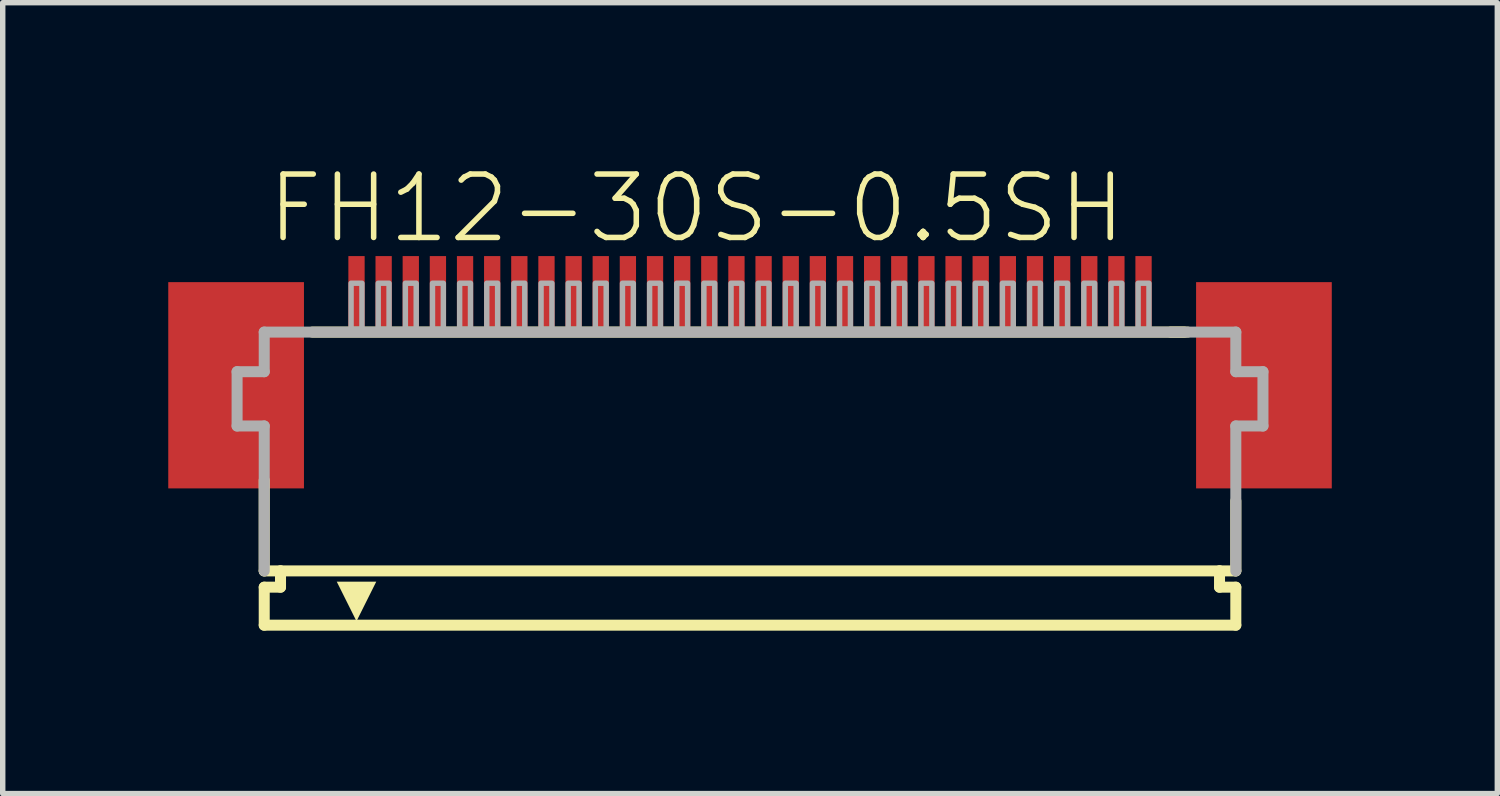
<source format=kicad_pcb>
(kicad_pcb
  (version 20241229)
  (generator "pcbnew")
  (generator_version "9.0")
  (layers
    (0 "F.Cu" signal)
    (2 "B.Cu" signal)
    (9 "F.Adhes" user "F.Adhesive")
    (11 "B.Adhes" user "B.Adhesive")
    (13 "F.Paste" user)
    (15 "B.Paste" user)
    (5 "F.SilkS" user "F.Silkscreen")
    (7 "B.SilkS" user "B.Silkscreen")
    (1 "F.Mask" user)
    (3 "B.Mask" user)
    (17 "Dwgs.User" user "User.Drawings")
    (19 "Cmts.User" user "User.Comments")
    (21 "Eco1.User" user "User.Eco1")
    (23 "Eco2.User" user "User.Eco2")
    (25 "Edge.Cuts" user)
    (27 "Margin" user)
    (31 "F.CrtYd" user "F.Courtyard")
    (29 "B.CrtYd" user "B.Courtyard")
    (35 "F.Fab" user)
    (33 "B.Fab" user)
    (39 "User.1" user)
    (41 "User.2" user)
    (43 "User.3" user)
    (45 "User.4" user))
  (footprint "FH12-30S-0.5SH"
    (layer "F.Cu")
    (at 10.768 5.568)
    (property "Reference" "FH12-30S-0.5SH" (at -8.948 -4.095 0) (layer "F.SilkS") (effects (font (size 1.168 1.168) (thickness 0.102)) (justify left bottom)))
    (fp_poly (pts (xy -10.718 0.38) (xy -8.218 0.38) (xy -8.218 -3.42) (xy -10.718 -3.42)) (stroke (width 0) (type solid)) (fill yes) (layer "F.Cu"))
    (fp_poly (pts (xy 8.218 0.38) (xy 10.718 0.38) (xy 10.718 -3.42) (xy 8.218 -3.42)) (stroke (width 0) (type solid)) (fill yes) (layer "F.Cu"))
    (fp_poly (pts (xy -10.768 0.43) (xy -8.168 0.43) (xy -8.168 -3.47) (xy -10.768 -3.47)) (stroke (width 0) (type solid)) (fill yes) (layer "F.Mask"))
    (fp_poly (pts (xy -7.45 -2.55) (xy -7.05 -2.55) (xy -7.05 -3.95) (xy -7.45 -3.95)) (stroke (width 0) (type solid)) (fill yes) (layer "F.Mask"))
    (fp_poly (pts (xy -6.95 -2.55) (xy -6.55 -2.55) (xy -6.55 -3.95) (xy -6.95 -3.95)) (stroke (width 0) (type solid)) (fill yes) (layer "F.Mask"))
    (fp_poly (pts (xy -6.45 -2.55) (xy -6.05 -2.55) (xy -6.05 -3.95) (xy -6.45 -3.95)) (stroke (width 0) (type solid)) (fill yes) (layer "F.Mask"))
    (fp_poly (pts (xy -5.95 -2.55) (xy -5.55 -2.55) (xy -5.55 -3.95) (xy -5.95 -3.95)) (stroke (width 0) (type solid)) (fill yes) (layer "F.Mask"))
    (fp_poly (pts (xy -5.45 -2.55) (xy -5.05 -2.55) (xy -5.05 -3.95) (xy -5.45 -3.95)) (stroke (width 0) (type solid)) (fill yes) (layer "F.Mask"))
    (fp_poly (pts (xy -4.95 -2.55) (xy -4.55 -2.55) (xy -4.55 -3.95) (xy -4.95 -3.95)) (stroke (width 0) (type solid)) (fill yes) (layer "F.Mask"))
    (fp_poly (pts (xy -4.45 -2.55) (xy -4.05 -2.55) (xy -4.05 -3.95) (xy -4.45 -3.95)) (stroke (width 0) (type solid)) (fill yes) (layer "F.Mask"))
    (fp_poly (pts (xy -3.95 -2.55) (xy -3.55 -2.55) (xy -3.55 -3.95) (xy -3.95 -3.95)) (stroke (width 0) (type solid)) (fill yes) (layer "F.Mask"))
    (fp_poly (pts (xy -3.45 -2.55) (xy -3.05 -2.55) (xy -3.05 -3.95) (xy -3.45 -3.95)) (stroke (width 0) (type solid)) (fill yes) (layer "F.Mask"))
    (fp_poly (pts (xy -2.95 -2.55) (xy -2.55 -2.55) (xy -2.55 -3.95) (xy -2.95 -3.95)) (stroke (width 0) (type solid)) (fill yes) (layer "F.Mask"))
    (fp_poly (pts (xy -2.45 -2.55) (xy -2.05 -2.55) (xy -2.05 -3.95) (xy -2.45 -3.95)) (stroke (width 0) (type solid)) (fill yes) (layer "F.Mask"))
    (fp_poly (pts (xy -1.95 -2.55) (xy -1.55 -2.55) (xy -1.55 -3.95) (xy -1.95 -3.95)) (stroke (width 0) (type solid)) (fill yes) (layer "F.Mask"))
    (fp_poly (pts (xy -1.45 -2.55) (xy -1.05 -2.55) (xy -1.05 -3.95) (xy -1.45 -3.95)) (stroke (width 0) (type solid)) (fill yes) (layer "F.Mask"))
    (fp_poly (pts (xy -0.95 -2.55) (xy -0.55 -2.55) (xy -0.55 -3.95) (xy -0.95 -3.95)) (stroke (width 0) (type solid)) (fill yes) (layer "F.Mask"))
    (fp_poly (pts (xy -0.45 -2.55) (xy -0.05 -2.55) (xy -0.05 -3.95) (xy -0.45 -3.95)) (stroke (width 0) (type solid)) (fill yes) (layer "F.Mask"))
    (fp_poly (pts (xy 0.05 -2.55) (xy 0.45 -2.55) (xy 0.45 -3.95) (xy 0.05 -3.95)) (stroke (width 0) (type solid)) (fill yes) (layer "F.Mask"))
    (fp_poly (pts (xy 0.55 -2.55) (xy 0.95 -2.55) (xy 0.95 -3.95) (xy 0.55 -3.95)) (stroke (width 0) (type solid)) (fill yes) (layer "F.Mask"))
    (fp_poly (pts (xy 1.05 -2.55) (xy 1.45 -2.55) (xy 1.45 -3.95) (xy 1.05 -3.95)) (stroke (width 0) (type solid)) (fill yes) (layer "F.Mask"))
    (fp_poly (pts (xy 1.55 -2.55) (xy 1.95 -2.55) (xy 1.95 -3.95) (xy 1.55 -3.95)) (stroke (width 0) (type solid)) (fill yes) (layer "F.Mask"))
    (fp_poly (pts (xy 2.05 -2.55) (xy 2.45 -2.55) (xy 2.45 -3.95) (xy 2.05 -3.95)) (stroke (width 0) (type solid)) (fill yes) (layer "F.Mask"))
    (fp_poly (pts (xy 2.55 -2.55) (xy 2.95 -2.55) (xy 2.95 -3.95) (xy 2.55 -3.95)) (stroke (width 0) (type solid)) (fill yes) (layer "F.Mask"))
    (fp_poly (pts (xy 3.05 -2.55) (xy 3.45 -2.55) (xy 3.45 -3.95) (xy 3.05 -3.95)) (stroke (width 0) (type solid)) (fill yes) (layer "F.Mask"))
    (fp_poly (pts (xy 3.55 -2.55) (xy 3.95 -2.55) (xy 3.95 -3.95) (xy 3.55 -3.95)) (stroke (width 0) (type solid)) (fill yes) (layer "F.Mask"))
    (fp_poly (pts (xy 4.05 -2.55) (xy 4.45 -2.55) (xy 4.45 -3.95) (xy 4.05 -3.95)) (stroke (width 0) (type solid)) (fill yes) (layer "F.Mask"))
    (fp_poly (pts (xy 4.55 -2.55) (xy 4.95 -2.55) (xy 4.95 -3.95) (xy 4.55 -3.95)) (stroke (width 0) (type solid)) (fill yes) (layer "F.Mask"))
    (fp_poly (pts (xy 5.05 -2.55) (xy 5.45 -2.55) (xy 5.45 -3.95) (xy 5.05 -3.95)) (stroke (width 0) (type solid)) (fill yes) (layer "F.Mask"))
    (fp_poly (pts (xy 5.55 -2.55) (xy 5.95 -2.55) (xy 5.95 -3.95) (xy 5.55 -3.95)) (stroke (width 0) (type solid)) (fill yes) (layer "F.Mask"))
    (fp_poly (pts (xy 6.05 -2.55) (xy 6.45 -2.55) (xy 6.45 -3.95) (xy 6.05 -3.95)) (stroke (width 0) (type solid)) (fill yes) (layer "F.Mask"))
    (fp_poly (pts (xy 6.55 -2.55) (xy 6.95 -2.55) (xy 6.95 -3.95) (xy 6.55 -3.95)) (stroke (width 0) (type solid)) (fill yes) (layer "F.Mask"))
    (fp_poly (pts (xy 7.05 -2.55) (xy 7.45 -2.55) (xy 7.45 -3.95) (xy 7.05 -3.95)) (stroke (width 0) (type solid)) (fill yes) (layer "F.Mask"))
    (fp_poly (pts (xy 8.168 0.43) (xy 10.768 0.43) (xy 10.768 -3.47) (xy 8.168 -3.47)) (stroke (width 0) (type solid)) (fill yes) (layer "F.Mask"))
    (fp_line (start -8.95 0.23) (end -8.95 1.9) (stroke (width 0.203) (type solid)) (layer "F.SilkS"))
    (fp_line (start -8.95 1.9) (end -8.65 1.9) (stroke (width 0.203) (type solid)) (layer "F.SilkS"))
    (fp_line (start -8.95 2.2) (end -8.95 2.9) (stroke (width 0.203) (type solid)) (layer "F.SilkS"))
    (fp_line (start -8.65 1.9) (end -8.65 2.2) (stroke (width 0.203) (type solid)) (layer "F.SilkS"))
    (fp_line (start -8.65 2.2) (end -8.95 2.2) (stroke (width 0.203) (type solid)) (layer "F.SilkS"))
    (fp_line (start 7.998 -2.5) (end -8.061 -2.5) (stroke (width 0.203) (type solid)) (layer "F.SilkS"))
    (fp_line (start 8.061 -2.5) (end 7.75 -2.5) (stroke (width 0.203) (type solid)) (layer "F.SilkS"))
    (fp_line (start 8.65 1.9) (end -8.65 1.9) (stroke (width 0.203) (type solid)) (layer "F.SilkS"))
    (fp_line (start 8.65 1.9) (end 8.95 1.9) (stroke (width 0.203) (type solid)) (layer "F.SilkS"))
    (fp_line (start 8.65 2.2) (end 8.65 1.9) (stroke (width 0.203) (type solid)) (layer "F.SilkS"))
    (fp_line (start 8.95 1.9) (end 8.95 0.611) (stroke (width 0.203) (type solid)) (layer "F.SilkS"))
    (fp_line (start 8.95 2.2) (end 8.65 2.2) (stroke (width 0.203) (type solid)) (layer "F.SilkS"))
    (fp_line (start 8.95 2.9) (end -8.95 2.9) (stroke (width 0.203) (type solid)) (layer "F.SilkS"))
    (fp_line (start 8.95 2.9) (end 8.95 2.2) (stroke (width 0.203) (type solid)) (layer "F.SilkS"))
    (fp_poly (pts (xy -7.25 2.827) (xy -7.614 2.098) (xy -6.886 2.098)) (stroke (width 0) (type solid)) (fill yes) (layer "F.SilkS"))
    (fp_poly (pts (xy -10.643 0.305) (xy -8.293 0.305) (xy -8.293 -3.345) (xy -10.643 -3.345)) (stroke (width 0) (type solid)) (fill yes) (layer "F.Paste"))
    (fp_poly (pts (xy -7.375 -2.625) (xy -7.125 -2.625) (xy -7.125 -3.875) (xy -7.375 -3.875)) (stroke (width 0) (type solid)) (fill yes) (layer "F.Paste"))
    (fp_poly (pts (xy -6.875 -2.625) (xy -6.625 -2.625) (xy -6.625 -3.875) (xy -6.875 -3.875)) (stroke (width 0) (type solid)) (fill yes) (layer "F.Paste"))
    (fp_poly (pts (xy -6.375 -2.625) (xy -6.125 -2.625) (xy -6.125 -3.875) (xy -6.375 -3.875)) (stroke (width 0) (type solid)) (fill yes) (layer "F.Paste"))
    (fp_poly (pts (xy -5.875 -2.625) (xy -5.625 -2.625) (xy -5.625 -3.875) (xy -5.875 -3.875)) (stroke (width 0) (type solid)) (fill yes) (layer "F.Paste"))
    (fp_poly (pts (xy -5.375 -2.625) (xy -5.125 -2.625) (xy -5.125 -3.875) (xy -5.375 -3.875)) (stroke (width 0) (type solid)) (fill yes) (layer "F.Paste"))
    (fp_poly (pts (xy -4.875 -2.625) (xy -4.625 -2.625) (xy -4.625 -3.875) (xy -4.875 -3.875)) (stroke (width 0) (type solid)) (fill yes) (layer "F.Paste"))
    (fp_poly (pts (xy -4.375 -2.625) (xy -4.125 -2.625) (xy -4.125 -3.875) (xy -4.375 -3.875)) (stroke (width 0) (type solid)) (fill yes) (layer "F.Paste"))
    (fp_poly (pts (xy -3.875 -2.625) (xy -3.625 -2.625) (xy -3.625 -3.875) (xy -3.875 -3.875)) (stroke (width 0) (type solid)) (fill yes) (layer "F.Paste"))
    (fp_poly (pts (xy -3.375 -2.625) (xy -3.125 -2.625) (xy -3.125 -3.875) (xy -3.375 -3.875)) (stroke (width 0) (type solid)) (fill yes) (layer "F.Paste"))
    (fp_poly (pts (xy -2.875 -2.625) (xy -2.625 -2.625) (xy -2.625 -3.875) (xy -2.875 -3.875)) (stroke (width 0) (type solid)) (fill yes) (layer "F.Paste"))
    (fp_poly (pts (xy -2.375 -2.625) (xy -2.125 -2.625) (xy -2.125 -3.875) (xy -2.375 -3.875)) (stroke (width 0) (type solid)) (fill yes) (layer "F.Paste"))
    (fp_poly (pts (xy -1.875 -2.625) (xy -1.625 -2.625) (xy -1.625 -3.875) (xy -1.875 -3.875)) (stroke (width 0) (type solid)) (fill yes) (layer "F.Paste"))
    (fp_poly (pts (xy -1.375 -2.625) (xy -1.125 -2.625) (xy -1.125 -3.875) (xy -1.375 -3.875)) (stroke (width 0) (type solid)) (fill yes) (layer "F.Paste"))
    (fp_poly (pts (xy -0.875 -2.625) (xy -0.625 -2.625) (xy -0.625 -3.875) (xy -0.875 -3.875)) (stroke (width 0) (type solid)) (fill yes) (layer "F.Paste"))
    (fp_poly (pts (xy -0.375 -2.625) (xy -0.125 -2.625) (xy -0.125 -3.875) (xy -0.375 -3.875)) (stroke (width 0) (type solid)) (fill yes) (layer "F.Paste"))
    (fp_poly (pts (xy 0.125 -2.625) (xy 0.375 -2.625) (xy 0.375 -3.875) (xy 0.125 -3.875)) (stroke (width 0) (type solid)) (fill yes) (layer "F.Paste"))
    (fp_poly (pts (xy 0.625 -2.625) (xy 0.875 -2.625) (xy 0.875 -3.875) (xy 0.625 -3.875)) (stroke (width 0) (type solid)) (fill yes) (layer "F.Paste"))
    (fp_poly (pts (xy 1.125 -2.625) (xy 1.375 -2.625) (xy 1.375 -3.875) (xy 1.125 -3.875)) (stroke (width 0) (type solid)) (fill yes) (layer "F.Paste"))
    (fp_poly (pts (xy 1.625 -2.625) (xy 1.875 -2.625) (xy 1.875 -3.875) (xy 1.625 -3.875)) (stroke (width 0) (type solid)) (fill yes) (layer "F.Paste"))
    (fp_poly (pts (xy 2.125 -2.625) (xy 2.375 -2.625) (xy 2.375 -3.875) (xy 2.125 -3.875)) (stroke (width 0) (type solid)) (fill yes) (layer "F.Paste"))
    (fp_poly (pts (xy 2.625 -2.625) (xy 2.875 -2.625) (xy 2.875 -3.875) (xy 2.625 -3.875)) (stroke (width 0) (type solid)) (fill yes) (layer "F.Paste"))
    (fp_poly (pts (xy 3.125 -2.625) (xy 3.375 -2.625) (xy 3.375 -3.875) (xy 3.125 -3.875)) (stroke (width 0) (type solid)) (fill yes) (layer "F.Paste"))
    (fp_poly (pts (xy 3.625 -2.625) (xy 3.875 -2.625) (xy 3.875 -3.875) (xy 3.625 -3.875)) (stroke (width 0) (type solid)) (fill yes) (layer "F.Paste"))
    (fp_poly (pts (xy 4.125 -2.625) (xy 4.375 -2.625) (xy 4.375 -3.875) (xy 4.125 -3.875)) (stroke (width 0) (type solid)) (fill yes) (layer "F.Paste"))
    (fp_poly (pts (xy 4.625 -2.625) (xy 4.875 -2.625) (xy 4.875 -3.875) (xy 4.625 -3.875)) (stroke (width 0) (type solid)) (fill yes) (layer "F.Paste"))
    (fp_poly (pts (xy 5.125 -2.625) (xy 5.375 -2.625) (xy 5.375 -3.875) (xy 5.125 -3.875)) (stroke (width 0) (type solid)) (fill yes) (layer "F.Paste"))
    (fp_poly (pts (xy 5.625 -2.625) (xy 5.875 -2.625) (xy 5.875 -3.875) (xy 5.625 -3.875)) (stroke (width 0) (type solid)) (fill yes) (layer "F.Paste"))
    (fp_poly (pts (xy 6.125 -2.625) (xy 6.375 -2.625) (xy 6.375 -3.875) (xy 6.125 -3.875)) (stroke (width 0) (type solid)) (fill yes) (layer "F.Paste"))
    (fp_poly (pts (xy 6.625 -2.625) (xy 6.875 -2.625) (xy 6.875 -3.875) (xy 6.625 -3.875)) (stroke (width 0) (type solid)) (fill yes) (layer "F.Paste"))
    (fp_poly (pts (xy 7.125 -2.625) (xy 7.375 -2.625) (xy 7.375 -3.875) (xy 7.125 -3.875)) (stroke (width 0) (type solid)) (fill yes) (layer "F.Paste"))
    (fp_poly (pts (xy 8.293 0.305) (xy 10.643 0.305) (xy 10.643 -3.345) (xy 8.293 -3.345)) (stroke (width 0) (type solid)) (fill yes) (layer "F.Paste"))
    (fp_line (start -9.45 -1.77) (end -9.45 -0.77) (stroke (width 0.203) (type solid)) (layer "F.Fab"))
    (fp_line (start -9.45 -0.77) (end -8.95 -0.77) (stroke (width 0.203) (type solid)) (layer "F.Fab"))
    (fp_line (start -8.95 -2.5) (end -8.95 -1.77) (stroke (width 0.203) (type solid)) (layer "F.Fab"))
    (fp_line (start -8.95 -1.77) (end -9.45 -1.77) (stroke (width 0.203) (type solid)) (layer "F.Fab"))
    (fp_line (start -8.95 -0.77) (end -8.95 1.9) (stroke (width 0.203) (type solid)) (layer "F.Fab"))
    (fp_line (start 8.95 -2.5) (end -8.95 -2.5) (stroke (width 0.203) (type solid)) (layer "F.Fab"))
    (fp_line (start 8.95 -1.77) (end 8.95 -2.5) (stroke (width 0.203) (type solid)) (layer "F.Fab"))
    (fp_line (start 8.95 -0.77) (end 9.45 -0.77) (stroke (width 0.203) (type solid)) (layer "F.Fab"))
    (fp_line (start 8.95 1.9) (end 8.95 -0.77) (stroke (width 0.203) (type solid)) (layer "F.Fab"))
    (fp_line (start 9.45 -1.77) (end 8.95 -1.77) (stroke (width 0.203) (type solid)) (layer "F.Fab"))
    (fp_line (start 9.45 -0.77) (end 9.45 -1.77) (stroke (width 0.203) (type solid)) (layer "F.Fab"))
    (fp_poly (pts (xy -7.35 -2.55) (xy -7.15 -2.55) (xy -7.15 -3.4) (xy -7.35 -3.4)) (stroke (width 0.1) (type solid)) (fill no) (layer "F.Fab"))
    (fp_poly (pts (xy -6.85 -2.55) (xy -6.65 -2.55) (xy -6.65 -3.4) (xy -6.85 -3.4)) (stroke (width 0.1) (type solid)) (fill no) (layer "F.Fab"))
    (fp_poly (pts (xy -6.35 -2.55) (xy -6.15 -2.55) (xy -6.15 -3.4) (xy -6.35 -3.4)) (stroke (width 0.1) (type solid)) (fill no) (layer "F.Fab"))
    (fp_poly (pts (xy -5.85 -2.55) (xy -5.65 -2.55) (xy -5.65 -3.4) (xy -5.85 -3.4)) (stroke (width 0.1) (type solid)) (fill no) (layer "F.Fab"))
    (fp_poly (pts (xy -5.35 -2.55) (xy -5.15 -2.55) (xy -5.15 -3.4) (xy -5.35 -3.4)) (stroke (width 0.1) (type solid)) (fill no) (layer "F.Fab"))
    (fp_poly (pts (xy -4.85 -2.55) (xy -4.65 -2.55) (xy -4.65 -3.4) (xy -4.85 -3.4)) (stroke (width 0.1) (type solid)) (fill no) (layer "F.Fab"))
    (fp_poly (pts (xy -4.35 -2.55) (xy -4.15 -2.55) (xy -4.15 -3.4) (xy -4.35 -3.4)) (stroke (width 0.1) (type solid)) (fill no) (layer "F.Fab"))
    (fp_poly (pts (xy -3.85 -2.55) (xy -3.65 -2.55) (xy -3.65 -3.4) (xy -3.85 -3.4)) (stroke (width 0.1) (type solid)) (fill no) (layer "F.Fab"))
    (fp_poly (pts (xy -3.35 -2.55) (xy -3.15 -2.55) (xy -3.15 -3.4) (xy -3.35 -3.4)) (stroke (width 0.1) (type solid)) (fill no) (layer "F.Fab"))
    (fp_poly (pts (xy -2.85 -2.55) (xy -2.65 -2.55) (xy -2.65 -3.4) (xy -2.85 -3.4)) (stroke (width 0.1) (type solid)) (fill no) (layer "F.Fab"))
    (fp_poly (pts (xy -2.35 -2.55) (xy -2.15 -2.55) (xy -2.15 -3.4) (xy -2.35 -3.4)) (stroke (width 0.1) (type solid)) (fill no) (layer "F.Fab"))
    (fp_poly (pts (xy -1.85 -2.55) (xy -1.65 -2.55) (xy -1.65 -3.4) (xy -1.85 -3.4)) (stroke (width 0.1) (type solid)) (fill no) (layer "F.Fab"))
    (fp_poly (pts (xy -1.35 -2.55) (xy -1.15 -2.55) (xy -1.15 -3.4) (xy -1.35 -3.4)) (stroke (width 0.1) (type solid)) (fill no) (layer "F.Fab"))
    (fp_poly (pts (xy -0.85 -2.55) (xy -0.65 -2.55) (xy -0.65 -3.4) (xy -0.85 -3.4)) (stroke (width 0.1) (type solid)) (fill no) (layer "F.Fab"))
    (fp_poly (pts (xy -0.35 -2.55) (xy -0.15 -2.55) (xy -0.15 -3.4) (xy -0.35 -3.4)) (stroke (width 0.1) (type solid)) (fill no) (layer "F.Fab"))
    (fp_poly (pts (xy 0.15 -2.55) (xy 0.35 -2.55) (xy 0.35 -3.4) (xy 0.15 -3.4)) (stroke (width 0.1) (type solid)) (fill no) (layer "F.Fab"))
    (fp_poly (pts (xy 0.65 -2.55) (xy 0.85 -2.55) (xy 0.85 -3.4) (xy 0.65 -3.4)) (stroke (width 0.1) (type solid)) (fill no) (layer "F.Fab"))
    (fp_poly (pts (xy 1.15 -2.55) (xy 1.35 -2.55) (xy 1.35 -3.4) (xy 1.15 -3.4)) (stroke (width 0.1) (type solid)) (fill no) (layer "F.Fab"))
    (fp_poly (pts (xy 1.65 -2.55) (xy 1.85 -2.55) (xy 1.85 -3.4) (xy 1.65 -3.4)) (stroke (width 0.1) (type solid)) (fill no) (layer "F.Fab"))
    (fp_poly (pts (xy 2.15 -2.55) (xy 2.35 -2.55) (xy 2.35 -3.4) (xy 2.15 -3.4)) (stroke (width 0.1) (type solid)) (fill no) (layer "F.Fab"))
    (fp_poly (pts (xy 2.65 -2.55) (xy 2.85 -2.55) (xy 2.85 -3.4) (xy 2.65 -3.4)) (stroke (width 0.1) (type solid)) (fill no) (layer "F.Fab"))
    (fp_poly (pts (xy 3.15 -2.55) (xy 3.35 -2.55) (xy 3.35 -3.4) (xy 3.15 -3.4)) (stroke (width 0.1) (type solid)) (fill no) (layer "F.Fab"))
    (fp_poly (pts (xy 3.65 -2.55) (xy 3.85 -2.55) (xy 3.85 -3.4) (xy 3.65 -3.4)) (stroke (width 0.1) (type solid)) (fill no) (layer "F.Fab"))
    (fp_poly (pts (xy 4.15 -2.55) (xy 4.35 -2.55) (xy 4.35 -3.4) (xy 4.15 -3.4)) (stroke (width 0.1) (type solid)) (fill no) (layer "F.Fab"))
    (fp_poly (pts (xy 4.65 -2.55) (xy 4.85 -2.55) (xy 4.85 -3.4) (xy 4.65 -3.4)) (stroke (width 0.1) (type solid)) (fill no) (layer "F.Fab"))
    (fp_poly (pts (xy 5.15 -2.55) (xy 5.35 -2.55) (xy 5.35 -3.4) (xy 5.15 -3.4)) (stroke (width 0.1) (type solid)) (fill no) (layer "F.Fab"))
    (fp_poly (pts (xy 5.65 -2.55) (xy 5.85 -2.55) (xy 5.85 -3.4) (xy 5.65 -3.4)) (stroke (width 0.1) (type solid)) (fill no) (layer "F.Fab"))
    (fp_poly (pts (xy 6.15 -2.55) (xy 6.35 -2.55) (xy 6.35 -3.4) (xy 6.15 -3.4)) (stroke (width 0.1) (type solid)) (fill no) (layer "F.Fab"))
    (fp_poly (pts (xy 6.65 -2.55) (xy 6.85 -2.55) (xy 6.85 -3.4) (xy 6.65 -3.4)) (stroke (width 0.1) (type solid)) (fill no) (layer "F.Fab"))
    (fp_poly (pts (xy 7.15 -2.55) (xy 7.35 -2.55) (xy 7.35 -3.4) (xy 7.15 -3.4)) (stroke (width 0.1) (type solid)) (fill no) (layer "F.Fab"))
    (pad "1" smd rect (at -7.25 -3.25) (size 0.3 1.3) (layers "F.Cu"))
    (pad "2" smd rect (at -6.75 -3.25) (size 0.3 1.3) (layers "F.Cu"))
    (pad "3" smd rect (at -6.25 -3.25) (size 0.3 1.3) (layers "F.Cu"))
    (pad "4" smd rect (at -5.75 -3.25) (size 0.3 1.3) (layers "F.Cu"))
    (pad "5" smd rect (at -5.25 -3.25) (size 0.3 1.3) (layers "F.Cu"))
    (pad "6" smd rect (at -4.75 -3.25) (size 0.3 1.3) (layers "F.Cu"))
    (pad "7" smd rect (at -4.25 -3.25) (size 0.3 1.3) (layers "F.Cu"))
    (pad "8" smd rect (at -3.75 -3.25) (size 0.3 1.3) (layers "F.Cu"))
    (pad "9" smd rect (at -3.25 -3.25) (size 0.3 1.3) (layers "F.Cu"))
    (pad "10" smd rect (at -2.75 -3.25) (size 0.3 1.3) (layers "F.Cu"))
    (pad "11" smd rect (at -2.25 -3.25) (size 0.3 1.3) (layers "F.Cu"))
    (pad "12" smd rect (at -1.75 -3.25) (size 0.3 1.3) (layers "F.Cu"))
    (pad "13" smd rect (at -1.25 -3.25) (size 0.3 1.3) (layers "F.Cu"))
    (pad "14" smd rect (at -0.75 -3.25) (size 0.3 1.3) (layers "F.Cu"))
    (pad "15" smd rect (at -0.25 -3.25) (size 0.3 1.3) (layers "F.Cu"))
    (pad "16" smd rect (at 0.25 -3.25) (size 0.3 1.3) (layers "F.Cu"))
    (pad "17" smd rect (at 0.75 -3.25) (size 0.3 1.3) (layers "F.Cu"))
    (pad "18" smd rect (at 1.25 -3.25) (size 0.3 1.3) (layers "F.Cu"))
    (pad "19" smd rect (at 1.75 -3.25) (size 0.3 1.3) (layers "F.Cu"))
    (pad "20" smd rect (at 2.25 -3.25) (size 0.3 1.3) (layers "F.Cu"))
    (pad "21" smd rect (at 2.75 -3.25) (size 0.3 1.3) (layers "F.Cu"))
    (pad "22" smd rect (at 3.25 -3.25) (size 0.3 1.3) (layers "F.Cu"))
    (pad "23" smd rect (at 3.75 -3.25) (size 0.3 1.3) (layers "F.Cu"))
    (pad "24" smd rect (at 4.25 -3.25) (size 0.3 1.3) (layers "F.Cu"))
    (pad "25" smd rect (at 4.75 -3.25) (size 0.3 1.3) (layers "F.Cu"))
    (pad "26" smd rect (at 5.25 -3.25) (size 0.3 1.3) (layers "F.Cu"))
    (pad "27" smd rect (at 5.75 -3.25) (size 0.3 1.3) (layers "F.Cu"))
    (pad "28" smd rect (at 6.25 -3.25) (size 0.3 1.3) (layers "F.Cu"))
    (pad "29" smd rect (at 6.75 -3.25) (size 0.3 1.3) (layers "F.Cu"))
    (pad "30" smd rect (at 7.25 -3.25) (size 0.3 1.3) (layers "F.Cu")))
  (gr_rect
    (start -3 -3)
    (end 24.536 11.57)
    (stroke (width 0.1) (type default))
    (fill no)
    (layer "Edge.Cuts")))
</source>
